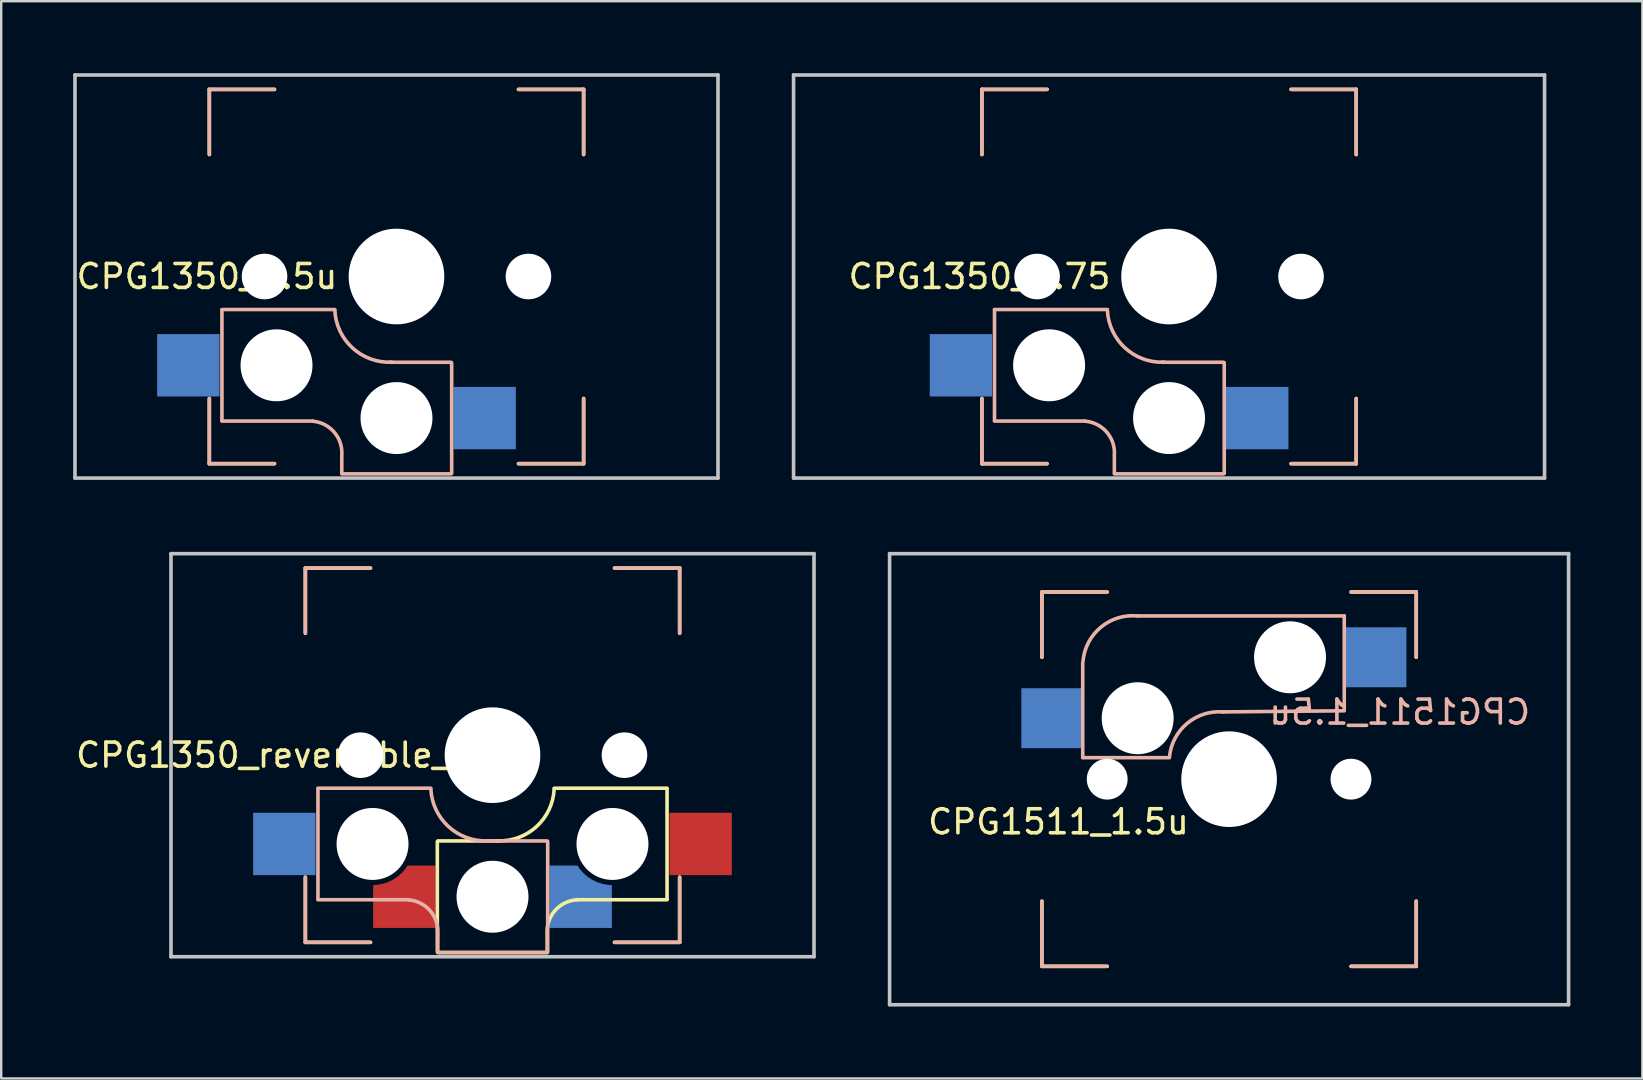
<source format=kicad_pcb>
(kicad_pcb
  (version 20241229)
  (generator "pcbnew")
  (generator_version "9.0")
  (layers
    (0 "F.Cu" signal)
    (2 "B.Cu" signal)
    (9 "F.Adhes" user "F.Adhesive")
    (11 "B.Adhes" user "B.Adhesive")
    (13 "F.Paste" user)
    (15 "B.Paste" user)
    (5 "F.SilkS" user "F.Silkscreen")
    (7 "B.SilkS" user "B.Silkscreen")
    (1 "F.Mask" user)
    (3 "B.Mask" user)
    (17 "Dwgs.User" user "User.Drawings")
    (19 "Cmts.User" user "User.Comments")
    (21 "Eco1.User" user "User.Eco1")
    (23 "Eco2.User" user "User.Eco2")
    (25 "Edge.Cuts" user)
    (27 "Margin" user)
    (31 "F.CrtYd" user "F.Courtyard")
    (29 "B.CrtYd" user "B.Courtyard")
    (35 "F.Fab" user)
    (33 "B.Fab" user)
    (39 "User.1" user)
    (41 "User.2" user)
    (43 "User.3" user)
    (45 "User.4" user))
  (footprint "CPG1350_1.75"
    (layer "F.Cu")
    (at 45.675 8.475)
    (property "Reference" "CPG1350_1.75" (at -7.9 0 180) (layer "F.SilkS") (effects (font (size 1 1) (thickness 0.15))))
    (attr through_hole)
    (fp_line (start -7.8 -7.8) (end -5.08 -7.8) (stroke (width 0.15) (type solid)) (layer "F.SilkS"))
    (fp_line (start -7.8 -5.08) (end -7.8 -7.8) (stroke (width 0.15) (type solid)) (layer "F.SilkS"))
    (fp_line (start -7.8 5.08) (end -7.8 7.8) (stroke (width 0.15) (type solid)) (layer "F.SilkS"))
    (fp_line (start -7.8 7.8) (end -5.08 7.8) (stroke (width 0.15) (type solid)) (layer "F.SilkS"))
    (fp_line (start 5.08 7.8) (end 7.8 7.8) (stroke (width 0.15) (type solid)) (layer "F.SilkS"))
    (fp_line (start 7.8 -7.8) (end 5.08 -7.8) (stroke (width 0.15) (type solid)) (layer "F.SilkS"))
    (fp_line (start 7.8 -5.08) (end 7.8 -7.8) (stroke (width 0.15) (type solid)) (layer "F.SilkS"))
    (fp_line (start 7.8 7.8) (end 7.8 5.08) (stroke (width 0.15) (type solid)) (layer "F.SilkS"))
    (fp_line (start -7.8 -7.8) (end -5.1 -7.8) (stroke (width 0.15) (type solid)) (layer "B.SilkS"))
    (fp_line (start -7.8 -5.1) (end -7.8 -7.8) (stroke (width 0.15) (type solid)) (layer "B.SilkS"))
    (fp_line (start -7.8 7.8) (end -7.8 5.1) (stroke (width 0.15) (type solid)) (layer "B.SilkS"))
    (fp_line (start -7.275 1.4) (end -7.275 6) (stroke (width 0.15) (type solid)) (layer "B.SilkS"))
    (fp_line (start -5.1 7.8) (end -7.8 7.8) (stroke (width 0.15) (type solid)) (layer "B.SilkS"))
    (fp_line (start -3.5 6.025) (end -7.275 6.025) (stroke (width 0.15) (type solid)) (layer "B.SilkS"))
    (fp_line (start -2.575 1.375) (end -7.275 1.375) (stroke (width 0.15) (type solid)) (layer "B.SilkS"))
    (fp_line (start -2.28 7.5) (end -2.28 8.2) (stroke (width 0.15) (type solid)) (layer "B.SilkS"))
    (fp_line (start 2.275 3.575) (end -0.275 3.575) (stroke (width 0.15) (type solid)) (layer "B.SilkS"))
    (fp_line (start 2.275 8.225) (end -2.275 8.225) (stroke (width 0.15) (type solid)) (layer "B.SilkS"))
    (fp_line (start 2.3 3.6) (end 2.3 8.2) (stroke (width 0.15) (type solid)) (layer "B.SilkS"))
    (fp_line (start 5.1 -7.8) (end 7.8 -7.8) (stroke (width 0.15) (type solid)) (layer "B.SilkS"))
    (fp_line (start 7.8 -7.8) (end 7.8 -5.1) (stroke (width 0.15) (type solid)) (layer "B.SilkS"))
    (fp_line (start 7.8 5.1) (end 7.8 7.8) (stroke (width 0.15) (type solid)) (layer "B.SilkS"))
    (fp_line (start 7.8 7.8) (end 5.1 7.8) (stroke (width 0.15) (type solid)) (layer "B.SilkS"))
    (fp_arc (start -3.5 6.03) (mid -2.595908 6.48733) (end -2.28 7.45) (stroke (width 0.15) (type solid)) (layer "B.SilkS"))
    (fp_arc (start -0.2 3.57) (mid -1.834422 2.975843) (end -2.57 1.4) (stroke (width 0.15) (type solid)) (layer "B.SilkS"))
    (fp_line (start -15.65 -8.4) (end 15.65 -8.4) (stroke (width 0.15) (type solid)) (layer "Dwgs.User"))
    (fp_line (start -15.65 8.4) (end -15.65 -8.4) (stroke (width 0.15) (type solid)) (layer "Dwgs.User"))
    (fp_line (start 15.65 -8.4) (end 15.65 8.4) (stroke (width 0.15) (type solid)) (layer "Dwgs.User"))
    (fp_line (start 15.65 8.4) (end -15.65 8.4) (stroke (width 0.15) (type solid)) (layer "Dwgs.User"))
    (fp_line (start -7 7) (end -7 -7) (stroke (width 0.15) (type solid)) (layer "Eco2.User"))
    (fp_line (start -7 7) (end 7 7) (stroke (width 0.15) (type solid)) (layer "Eco2.User"))
    (fp_line (start 7 -7) (end -7 -7) (stroke (width 0.15) (type solid)) (layer "Eco2.User"))
    (fp_line (start 7 -7) (end 7 7) (stroke (width 0.15) (type solid)) (layer "Eco2.User"))
    (pad "" np_thru_hole circle (at -5.5 0) (size 1.9 1.9) (drill 1.9) (layers "*.Cu" "*.Mask"))
    (pad "" np_thru_hole circle (at -5 3.7) (size 3 3) (drill 3) (layers "*.Cu" "*.Mask"))
    (pad "" np_thru_hole circle (at 0 0) (size 3.988 3.988) (drill 3.988) (layers "*.Cu" "*.Mask"))
    (pad "" np_thru_hole circle (at 0 5.9 90) (size 3 3) (drill 3) (layers "*.Cu" "*.Mask"))
    (pad "" np_thru_hole circle (at 5.5 0) (size 1.9 1.9) (drill 1.9) (layers "*.Cu" "*.Mask"))
    (pad "1" smd rect (at -8.675 3.7) (size 2.6 2.6) (layers "B.Cu" "B.Mask" "B.Paste"))
    (pad "2" smd rect (at 3.675 5.9 180) (size 2.6 2.6) (layers "B.Cu" "B.Mask" "B.Paste")))
  (footprint "CPG1511_1.5u"
    (layer "F.Cu")
    (at 48.177 29.425)
    (property "Reference" "CPG1511_1.5u" (at -7.112 1.778 180) (layer "F.SilkS") (effects (font (size 1 1) (thickness 0.15))))
    (attr through_hole)
    (fp_line (start -7.8 -7.8) (end -5.08 -7.8) (stroke (width 0.15) (type solid)) (layer "F.SilkS"))
    (fp_line (start -7.8 -5.08) (end -7.8 -7.8) (stroke (width 0.15) (type solid)) (layer "F.SilkS"))
    (fp_line (start -7.8 5.08) (end -7.8 7.8) (stroke (width 0.15) (type solid)) (layer "F.SilkS"))
    (fp_line (start -7.8 7.8) (end -5.08 7.8) (stroke (width 0.15) (type solid)) (layer "F.SilkS"))
    (fp_line (start 5.08 7.8) (end 7.8 7.8) (stroke (width 0.15) (type solid)) (layer "F.SilkS"))
    (fp_line (start 7.8 -7.8) (end 5.08 -7.8) (stroke (width 0.15) (type solid)) (layer "F.SilkS"))
    (fp_line (start 7.8 -5.08) (end 7.8 -7.8) (stroke (width 0.15) (type solid)) (layer "F.SilkS"))
    (fp_line (start 7.8 7.8) (end 7.8 5.08) (stroke (width 0.15) (type solid)) (layer "F.SilkS"))
    (fp_line (start -7.8 -7.8) (end -5.1 -7.8) (stroke (width 0.15) (type solid)) (layer "B.SilkS"))
    (fp_line (start -7.8 -5.1) (end -7.8 -7.8) (stroke (width 0.15) (type solid)) (layer "B.SilkS"))
    (fp_line (start -7.8 7.8) (end -7.8 5.1) (stroke (width 0.15) (type solid)) (layer "B.SilkS"))
    (fp_line (start -6.1 -4.85) (end -6.1 -0.905) (stroke (width 0.15) (type solid)) (layer "B.SilkS"))
    (fp_line (start -6.1 -0.896) (end -2.49 -0.896) (stroke (width 0.15) (type solid)) (layer "B.SilkS"))
    (fp_line (start -5.1 7.8) (end -7.8 7.8) (stroke (width 0.15) (type solid)) (layer "B.SilkS"))
    (fp_line (start 4.8 -6.804) (end -3.825 -6.804) (stroke (width 0.15) (type solid)) (layer "B.SilkS"))
    (fp_line (start 4.8 -2.896) (end 4.8 -6.804) (stroke (width 0.15) (type solid)) (layer "B.SilkS"))
    (fp_line (start 4.8 -2.85) (end -0.25 -2.804) (stroke (width 0.15) (type solid)) (layer "B.SilkS"))
    (fp_line (start 5.1 -7.8) (end 7.8 -7.8) (stroke (width 0.15) (type solid)) (layer "B.SilkS"))
    (fp_line (start 7.8 -7.8) (end 7.8 -5.1) (stroke (width 0.15) (type solid)) (layer "B.SilkS"))
    (fp_line (start 7.8 5.1) (end 7.8 7.8) (stroke (width 0.15) (type solid)) (layer "B.SilkS"))
    (fp_line (start 7.8 7.8) (end 5.1 7.8) (stroke (width 0.15) (type solid)) (layer "B.SilkS"))
    (fp_arc (start -6.089 -4.92) (mid -5.347189 -6.33089) (end -3.825 -6.804) (stroke (width 0.15) (type solid)) (layer "B.SilkS"))
    (fp_arc (start -2.484999 -0.920001) (mid -1.74436 -2.328062) (end -0.225 -2.8) (stroke (width 0.15) (type solid)) (layer "B.SilkS"))
    (fp_line (start -14.15 -9.4) (end 14.15 -9.4) (stroke (width 0.15) (type solid)) (layer "Dwgs.User"))
    (fp_line (start -14.15 9.4) (end -14.15 -9.4) (stroke (width 0.15) (type solid)) (layer "Dwgs.User"))
    (fp_line (start 14.15 -9.4) (end 14.15 9.4) (stroke (width 0.15) (type solid)) (layer "Dwgs.User"))
    (fp_line (start 14.15 9.4) (end -14.15 9.4) (stroke (width 0.15) (type solid)) (layer "Dwgs.User"))
    (fp_line (start -7 7) (end -7 -7) (stroke (width 0.15) (type solid)) (layer "Eco2.User"))
    (fp_line (start -7 7) (end 7 7) (stroke (width 0.15) (type solid)) (layer "Eco2.User"))
    (fp_line (start 7 -7) (end -7 -7) (stroke (width 0.15) (type solid)) (layer "Eco2.User"))
    (fp_line (start 7 -7) (end 7 7) (stroke (width 0.15) (type solid)) (layer "Eco2.User"))
    (fp_text user "${REFERENCE}" (at 7.112 -2.794 180) (layer "B.SilkS") (effects (font (size 1 1) (thickness 0.15)) (justify mirror)))
    (pad "" np_thru_hole circle (at -5.08 0) (size 1.702 1.702) (drill 1.702) (layers "*.Cu" "*.Mask"))
    (pad "" np_thru_hole circle (at -3.81 -2.54) (size 3 3) (drill 3) (layers "*.Cu" "*.Mask"))
    (pad "" np_thru_hole circle (at 0 0) (size 3.988 3.988) (drill 3.988) (layers "*.Cu" "*.Mask"))
    (pad "" np_thru_hole circle (at 2.54 -5.08) (size 3 3) (drill 3) (layers "*.Cu" "*.Mask"))
    (pad "" np_thru_hole circle (at 5.08 0) (size 1.702 1.702) (drill 1.702) (layers "*.Cu" "*.Mask"))
    (pad "1" smd rect (at -7.385 -2.54) (size 2.55 2.5) (layers "B.Cu" "B.Mask" "B.Paste"))
    (pad "2" smd rect (at 6.115 -5.08 180) (size 2.55 2.5) (layers "B.Cu" "B.Mask" "B.Paste")))
  (footprint "CPG1350_reversible_1.5u"
    (layer "F.Cu")
    (at 17.477 28.425)
    (property "Reference" "CPG1350_reversible_1.5u" (at -7.9 0 180) (layer "F.SilkS") (effects (font (size 1 1) (thickness 0.15))))
    (attr through_hole)
    (fp_line (start -7.8 -7.8) (end -5.08 -7.8) (stroke (width 0.15) (type solid)) (layer "F.SilkS"))
    (fp_line (start -7.8 -5.08) (end -7.8 -7.8) (stroke (width 0.15) (type solid)) (layer "F.SilkS"))
    (fp_line (start -7.8 5.08) (end -7.8 7.8) (stroke (width 0.15) (type solid)) (layer "F.SilkS"))
    (fp_line (start -7.8 7.8) (end -5.08 7.8) (stroke (width 0.15) (type solid)) (layer "F.SilkS"))
    (fp_line (start -2.3 3.6) (end -2.3 8.2) (stroke (width 0.15) (type solid)) (layer "F.SilkS"))
    (fp_line (start -2.275 3.575) (end 0.275 3.575) (stroke (width 0.15) (type solid)) (layer "F.SilkS"))
    (fp_line (start -2.275 8.225) (end 2.275 8.225) (stroke (width 0.15) (type solid)) (layer "F.SilkS"))
    (fp_line (start 2.28 7.5) (end 2.28 8.2) (stroke (width 0.15) (type solid)) (layer "F.SilkS"))
    (fp_line (start 2.575 1.375) (end 7.275 1.375) (stroke (width 0.15) (type solid)) (layer "F.SilkS"))
    (fp_line (start 3.5 6.025) (end 7.275 6.025) (stroke (width 0.15) (type solid)) (layer "F.SilkS"))
    (fp_line (start 5.08 7.8) (end 7.8 7.8) (stroke (width 0.15) (type solid)) (layer "F.SilkS"))
    (fp_line (start 7.275 1.4) (end 7.275 6) (stroke (width 0.15) (type solid)) (layer "F.SilkS"))
    (fp_line (start 7.8 -7.8) (end 5.08 -7.8) (stroke (width 0.15) (type solid)) (layer "F.SilkS"))
    (fp_line (start 7.8 -5.08) (end 7.8 -7.8) (stroke (width 0.15) (type solid)) (layer "F.SilkS"))
    (fp_line (start 7.8 7.8) (end 7.8 5.08) (stroke (width 0.15) (type solid)) (layer "F.SilkS"))
    (fp_arc (start 2.279999 7.449999) (mid 2.595908 6.487329) (end 3.5 6.03) (stroke (width 0.15) (type solid)) (layer "F.SilkS"))
    (fp_arc (start 2.57 1.4) (mid 1.834422 2.975843) (end 0.2 3.57) (stroke (width 0.15) (type solid)) (layer "F.SilkS"))
    (fp_line (start -7.8 -7.8) (end -5.1 -7.8) (stroke (width 0.15) (type solid)) (layer "B.SilkS"))
    (fp_line (start -7.8 -5.1) (end -7.8 -7.8) (stroke (width 0.15) (type solid)) (layer "B.SilkS"))
    (fp_line (start -7.8 7.8) (end -7.8 5.1) (stroke (width 0.15) (type solid)) (layer "B.SilkS"))
    (fp_line (start -7.275 1.4) (end -7.275 6) (stroke (width 0.15) (type solid)) (layer "B.SilkS"))
    (fp_line (start -5.1 7.8) (end -7.8 7.8) (stroke (width 0.15) (type solid)) (layer "B.SilkS"))
    (fp_line (start -3.5 6.025) (end -7.275 6.025) (stroke (width 0.15) (type solid)) (layer "B.SilkS"))
    (fp_line (start -2.575 1.375) (end -7.275 1.375) (stroke (width 0.15) (type solid)) (layer "B.SilkS"))
    (fp_line (start -2.28 7.5) (end -2.28 8.2) (stroke (width 0.15) (type solid)) (layer "B.SilkS"))
    (fp_line (start 2.275 3.575) (end -0.275 3.575) (stroke (width 0.15) (type solid)) (layer "B.SilkS"))
    (fp_line (start 2.275 8.225) (end -2.275 8.225) (stroke (width 0.15) (type solid)) (layer "B.SilkS"))
    (fp_line (start 2.3 3.6) (end 2.3 8.2) (stroke (width 0.15) (type solid)) (layer "B.SilkS"))
    (fp_line (start 5.1 -7.8) (end 7.8 -7.8) (stroke (width 0.15) (type solid)) (layer "B.SilkS"))
    (fp_line (start 7.8 -7.8) (end 7.8 -5.1) (stroke (width 0.15) (type solid)) (layer "B.SilkS"))
    (fp_line (start 7.8 5.1) (end 7.8 7.8) (stroke (width 0.15) (type solid)) (layer "B.SilkS"))
    (fp_line (start 7.8 7.8) (end 5.1 7.8) (stroke (width 0.15) (type solid)) (layer "B.SilkS"))
    (fp_arc (start -3.5 6.03) (mid -2.595908 6.48733) (end -2.28 7.45) (stroke (width 0.15) (type solid)) (layer "B.SilkS"))
    (fp_arc (start -0.2 3.57) (mid -1.834422 2.975843) (end -2.57 1.4) (stroke (width 0.15) (type solid)) (layer "B.SilkS"))
    (fp_line (start -13.4 -8.4) (end 13.4 -8.4) (stroke (width 0.15) (type solid)) (layer "Dwgs.User"))
    (fp_line (start -13.4 8.4) (end -13.4 -8.4) (stroke (width 0.15) (type solid)) (layer "Dwgs.User"))
    (fp_line (start 13.4 -8.4) (end 13.4 8.4) (stroke (width 0.15) (type solid)) (layer "Dwgs.User"))
    (fp_line (start 13.4 8.4) (end -13.4 8.4) (stroke (width 0.15) (type solid)) (layer "Dwgs.User"))
    (fp_line (start -7 7) (end -7 -7) (stroke (width 0.15) (type solid)) (layer "Eco2.User"))
    (fp_line (start -7 7) (end 7 7) (stroke (width 0.15) (type solid)) (layer "Eco2.User"))
    (fp_line (start 7 -7) (end -7 -7) (stroke (width 0.15) (type solid)) (layer "Eco2.User"))
    (fp_line (start 7 -7) (end 7 7) (stroke (width 0.15) (type solid)) (layer "Eco2.User"))
    (pad "" np_thru_hole circle (at -5.5 0) (size 1.9 1.9) (drill 1.9) (layers "*.Cu" "*.Mask"))
    (pad "" np_thru_hole circle (at -5 3.7) (size 3 3) (drill 3) (layers "*.Cu" "*.Mask"))
    (pad "" np_thru_hole circle (at 0 0) (size 3.988 3.988) (drill 3.988) (layers "*.Cu" "*.Mask"))
    (pad "" np_thru_hole circle (at 0 5.9 90) (size 3 3) (drill 3) (layers "*.Cu" "*.Mask"))
    (pad "" np_thru_hole circle (at 5 3.7) (size 3 3) (drill 3) (layers "*.Cu" "*.Mask"))
    (pad "" np_thru_hole circle (at 5.5 0) (size 1.9 1.9) (drill 1.9) (layers "*.Cu" "*.Mask"))
    (pad "1" smd rect (at -8.675 3.7) (size 2.6 2.6) (layers "B.Cu" "B.Mask" "B.Paste"))
    (pad "1" smd rect (at 8.675 3.7) (size 2.6 2.6) (layers "F.Cu" "F.Mask" "F.Paste"))
    (pad "2" smd custom (at -3.675 5.9) (size 1.2 1.2) (layers "F.Cu" "F.Mask" "F.Paste") (options (anchor rect)) (primitives (gr_poly (pts (xy 0.15 -1.3) (xy -0.05 -1) (xy -0.3 -0.8) (xy -0.7 -0.6) (xy -0.95 -0.5) (xy -1.3 -0.44) (xy -1.3 1.3) (xy 1.3 1.3) (xy 1.3 -1.3)) (width 0) (fill yes)) (gr_arc (start 0.152398 -1.259777) (mid -0.453976 -0.680776) (end -1.26 -0.45) (width 0.08))))
    (pad "2" smd custom (at 3.675 5.9 180) (size 1.2 1.2) (layers "B.Cu" "B.Mask" "B.Paste") (options (anchor rect)) (primitives (gr_poly (pts (xy 0.15 1.3) (xy -0.05 1) (xy -0.3 0.8) (xy -0.7 0.6) (xy -0.95 0.5) (xy -1.3 0.44) (xy -1.3 -1.3) (xy 1.3 -1.3) (xy 1.3 1.3)) (width 0) (fill yes)) (gr_arc (start -1.26 0.45) (mid -0.453976 0.680776) (end 0.152398 1.259777) (width 0.08)))))
  (footprint "CPG1350_1.5u"
    (layer "F.Cu")
    (at 13.475 8.475)
    (property "Reference" "CPG1350_1.5u" (at -7.9 0 180) (layer "F.SilkS") (effects (font (size 1 1) (thickness 0.15))))
    (attr through_hole)
    (fp_line (start -7.8 -7.8) (end -5.08 -7.8) (stroke (width 0.15) (type solid)) (layer "F.SilkS"))
    (fp_line (start -7.8 -5.08) (end -7.8 -7.8) (stroke (width 0.15) (type solid)) (layer "F.SilkS"))
    (fp_line (start -7.8 5.08) (end -7.8 7.8) (stroke (width 0.15) (type solid)) (layer "F.SilkS"))
    (fp_line (start -7.8 7.8) (end -5.08 7.8) (stroke (width 0.15) (type solid)) (layer "F.SilkS"))
    (fp_line (start 5.08 7.8) (end 7.8 7.8) (stroke (width 0.15) (type solid)) (layer "F.SilkS"))
    (fp_line (start 7.8 -7.8) (end 5.08 -7.8) (stroke (width 0.15) (type solid)) (layer "F.SilkS"))
    (fp_line (start 7.8 -5.08) (end 7.8 -7.8) (stroke (width 0.15) (type solid)) (layer "F.SilkS"))
    (fp_line (start 7.8 7.8) (end 7.8 5.08) (stroke (width 0.15) (type solid)) (layer "F.SilkS"))
    (fp_line (start -7.8 -7.8) (end -5.1 -7.8) (stroke (width 0.15) (type solid)) (layer "B.SilkS"))
    (fp_line (start -7.8 -5.1) (end -7.8 -7.8) (stroke (width 0.15) (type solid)) (layer "B.SilkS"))
    (fp_line (start -7.8 7.8) (end -7.8 5.1) (stroke (width 0.15) (type solid)) (layer "B.SilkS"))
    (fp_line (start -7.275 1.4) (end -7.275 6) (stroke (width 0.15) (type solid)) (layer "B.SilkS"))
    (fp_line (start -5.1 7.8) (end -7.8 7.8) (stroke (width 0.15) (type solid)) (layer "B.SilkS"))
    (fp_line (start -3.5 6.025) (end -7.275 6.025) (stroke (width 0.15) (type solid)) (layer "B.SilkS"))
    (fp_line (start -2.575 1.375) (end -7.275 1.375) (stroke (width 0.15) (type solid)) (layer "B.SilkS"))
    (fp_line (start -2.28 7.5) (end -2.28 8.2) (stroke (width 0.15) (type solid)) (layer "B.SilkS"))
    (fp_line (start 2.275 3.575) (end -0.275 3.575) (stroke (width 0.15) (type solid)) (layer "B.SilkS"))
    (fp_line (start 2.275 8.225) (end -2.275 8.225) (stroke (width 0.15) (type solid)) (layer "B.SilkS"))
    (fp_line (start 2.3 3.6) (end 2.3 8.2) (stroke (width 0.15) (type solid)) (layer "B.SilkS"))
    (fp_line (start 5.1 -7.8) (end 7.8 -7.8) (stroke (width 0.15) (type solid)) (layer "B.SilkS"))
    (fp_line (start 7.8 -7.8) (end 7.8 -5.1) (stroke (width 0.15) (type solid)) (layer "B.SilkS"))
    (fp_line (start 7.8 5.1) (end 7.8 7.8) (stroke (width 0.15) (type solid)) (layer "B.SilkS"))
    (fp_line (start 7.8 7.8) (end 5.1 7.8) (stroke (width 0.15) (type solid)) (layer "B.SilkS"))
    (fp_arc (start -3.5 6.03) (mid -2.595908 6.48733) (end -2.28 7.45) (stroke (width 0.15) (type solid)) (layer "B.SilkS"))
    (fp_arc (start -0.2 3.57) (mid -1.834422 2.975843) (end -2.57 1.4) (stroke (width 0.15) (type solid)) (layer "B.SilkS"))
    (fp_line (start -13.4 -8.4) (end 13.4 -8.4) (stroke (width 0.15) (type solid)) (layer "Dwgs.User"))
    (fp_line (start -13.4 8.4) (end -13.4 -8.4) (stroke (width 0.15) (type solid)) (layer "Dwgs.User"))
    (fp_line (start 13.4 -8.4) (end 13.4 8.4) (stroke (width 0.15) (type solid)) (layer "Dwgs.User"))
    (fp_line (start 13.4 8.4) (end -13.4 8.4) (stroke (width 0.15) (type solid)) (layer "Dwgs.User"))
    (fp_line (start -7 7) (end -7 -7) (stroke (width 0.15) (type solid)) (layer "Eco2.User"))
    (fp_line (start -7 7) (end 7 7) (stroke (width 0.15) (type solid)) (layer "Eco2.User"))
    (fp_line (start 7 -7) (end -7 -7) (stroke (width 0.15) (type solid)) (layer "Eco2.User"))
    (fp_line (start 7 -7) (end 7 7) (stroke (width 0.15) (type solid)) (layer "Eco2.User"))
    (pad "" np_thru_hole circle (at -5.5 0) (size 1.9 1.9) (drill 1.9) (layers "*.Cu" "*.Mask"))
    (pad "" np_thru_hole circle (at -5 3.7) (size 3 3) (drill 3) (layers "*.Cu" "*.Mask"))
    (pad "" np_thru_hole circle (at 0 0) (size 3.988 3.988) (drill 3.988) (layers "*.Cu" "*.Mask"))
    (pad "" np_thru_hole circle (at 0 5.9 90) (size 3 3) (drill 3) (layers "*.Cu" "*.Mask"))
    (pad "" np_thru_hole circle (at 5.5 0) (size 1.9 1.9) (drill 1.9) (layers "*.Cu" "*.Mask"))
    (pad "1" smd rect (at -8.675 3.7) (size 2.6 2.6) (layers "B.Cu" "B.Mask" "B.Paste"))
    (pad "2" smd rect (at 3.675 5.9 180) (size 2.6 2.6) (layers "B.Cu" "B.Mask" "B.Paste")))
  (gr_rect
    (start -3 -3)
    (end 65.402 41.9)
    (stroke (width 0.1) (type default))
    (fill no)
    (layer "Edge.Cuts")))
</source>
